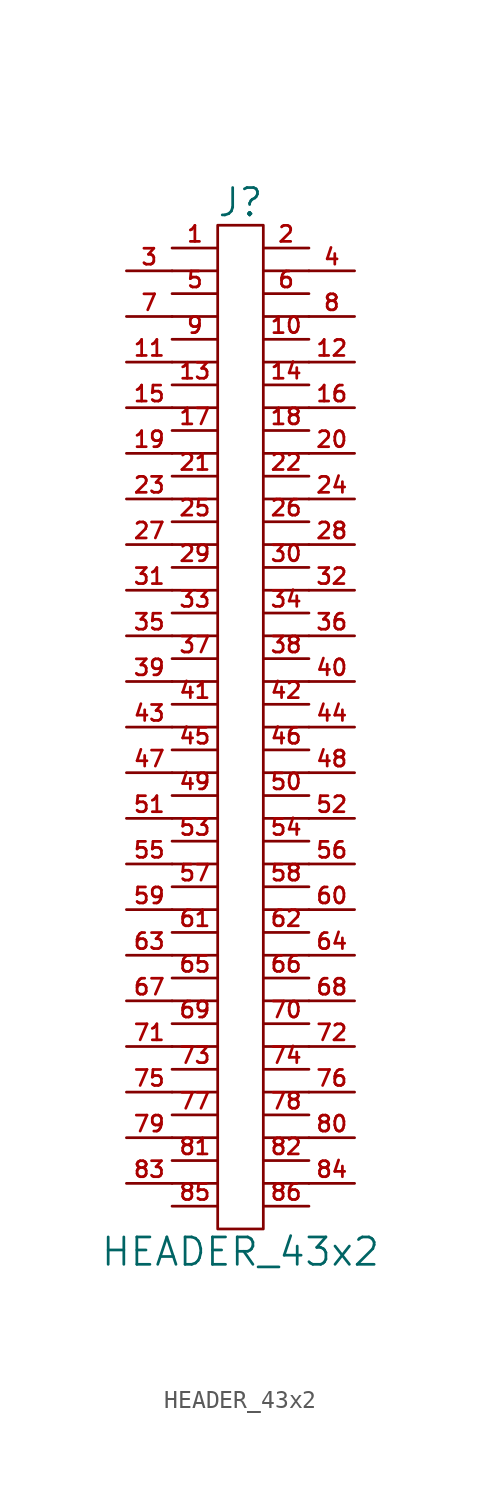
<source format=kicad_sym>
(kicad_symbol_lib
  (version 20201005)
  (generator kicad_symbol_editor)
  (symbol "HEADER_43x2"
    (pin_names
      (offset 0))
    (property "Reference" "J"
      (at 0 29.21 0)
      (effects (font (size 1.524 1.524))))
    (property "Value" "HEADER_43x2"
      (at 0 -29.21 0)
      (effects (font (size 1.524 1.524))))
    (property "Footprint" ""
      (at 0 2.54 0)
      (effects (font (size 1.524 1.524))))
    (property "Datasheet" ""
      (at 0 2.54 0)
      (effects (font (size 1.524 1.524))))
    (symbol "HEADER_43x2_0_1"
      (rectangle (start 1.27 -27.94) (end -1.27 27.94) (stroke (width 0)) (fill (type none)))
      (polyline (pts (xy -3.81 -25.4) (xy -1.27 -25.4)) (stroke (width 0)) (fill (type none)))
      (polyline (pts (xy -3.81 -22.86) (xy -1.27 -22.86)) (stroke (width 0)) (fill (type none)))
      (polyline (pts (xy -3.81 -20.32) (xy -1.27 -20.32)) (stroke (width 0)) (fill (type none)))
      (polyline (pts (xy -3.81 -17.78) (xy -1.27 -17.78)) (stroke (width 0)) (fill (type none)))
      (polyline (pts (xy -3.81 -15.24) (xy -1.27 -15.24)) (stroke (width 0)) (fill (type none)))
      (polyline (pts (xy -3.81 -12.7) (xy -1.27 -12.7)) (stroke (width 0)) (fill (type none)))
      (polyline (pts (xy -3.81 -10.16) (xy -1.27 -10.16)) (stroke (width 0)) (fill (type none)))
      (polyline (pts (xy -3.81 -7.62) (xy -1.27 -7.62)) (stroke (width 0)) (fill (type none)))
      (polyline (pts (xy -3.81 -5.08) (xy -1.27 -5.08)) (stroke (width 0)) (fill (type none)))
      (polyline (pts (xy -3.81 -2.54) (xy -1.27 -2.54)) (stroke (width 0)) (fill (type none)))
      (polyline (pts (xy -3.81 0) (xy -1.27 0)) (stroke (width 0)) (fill (type none)))
      (polyline (pts (xy -3.81 2.54) (xy -1.27 2.54)) (stroke (width 0)) (fill (type none)))
      (polyline (pts (xy -3.81 5.08) (xy -1.27 5.08)) (stroke (width 0)) (fill (type none)))
      (polyline (pts (xy -3.81 7.62) (xy -1.27 7.62)) (stroke (width 0)) (fill (type none)))
      (polyline (pts (xy -3.81 10.16) (xy -1.27 10.16)) (stroke (width 0)) (fill (type none)))
      (polyline (pts (xy -3.81 12.7) (xy -1.27 12.7)) (stroke (width 0)) (fill (type none)))
      (polyline (pts (xy -3.81 15.24) (xy -1.27 15.24)) (stroke (width 0)) (fill (type none)))
      (polyline (pts (xy -3.81 17.78) (xy -1.27 17.78)) (stroke (width 0)) (fill (type none)))
      (polyline (pts (xy -3.81 20.32) (xy -1.27 20.32)) (stroke (width 0)) (fill (type none)))
      (polyline (pts (xy -3.81 22.86) (xy -1.27 22.86)) (stroke (width 0)) (fill (type none)))
      (polyline (pts (xy -3.81 25.4) (xy -1.27 25.4)) (stroke (width 0)) (fill (type none)))
      (polyline (pts (xy 1.27 -25.4) (xy 3.81 -25.4)) (stroke (width 0)) (fill (type none)))
      (polyline (pts (xy 1.27 -22.86) (xy 3.81 -22.86)) (stroke (width 0)) (fill (type none)))
      (polyline (pts (xy 1.27 -20.32) (xy 3.81 -20.32)) (stroke (width 0)) (fill (type none)))
      (polyline (pts (xy 1.27 -17.78) (xy 3.81 -17.78)) (stroke (width 0)) (fill (type none)))
      (polyline (pts (xy 1.27 -15.24) (xy 3.81 -15.24)) (stroke (width 0)) (fill (type none)))
      (polyline (pts (xy 1.27 -12.7) (xy 3.81 -12.7)) (stroke (width 0)) (fill (type none)))
      (polyline (pts (xy 1.27 -10.16) (xy 3.81 -10.16)) (stroke (width 0)) (fill (type none)))
      (polyline (pts (xy 1.27 -7.62) (xy 3.81 -7.62)) (stroke (width 0)) (fill (type none)))
      (polyline (pts (xy 1.27 -5.08) (xy 3.81 -5.08)) (stroke (width 0)) (fill (type none)))
      (polyline (pts (xy 1.27 -2.54) (xy 3.81 -2.54)) (stroke (width 0)) (fill (type none)))
      (polyline (pts (xy 1.27 0) (xy 3.81 0)) (stroke (width 0)) (fill (type none)))
      (polyline (pts (xy 1.27 2.54) (xy 3.81 2.54)) (stroke (width 0)) (fill (type none)))
      (polyline (pts (xy 1.27 5.08) (xy 3.81 5.08)) (stroke (width 0)) (fill (type none)))
      (polyline (pts (xy 1.27 7.62) (xy 3.81 7.62)) (stroke (width 0)) (fill (type none)))
      (polyline (pts (xy 1.27 10.16) (xy 3.81 10.16)) (stroke (width 0)) (fill (type none)))
      (polyline (pts (xy 1.27 12.7) (xy 3.81 12.7)) (stroke (width 0)) (fill (type none)))
      (polyline (pts (xy 1.27 15.24) (xy 3.81 15.24)) (stroke (width 0)) (fill (type none)))
      (polyline (pts (xy 1.27 17.78) (xy 3.81 17.78)) (stroke (width 0)) (fill (type none)))
      (polyline (pts (xy 1.27 20.32) (xy 3.81 20.32)) (stroke (width 0)) (fill (type none)))
      (polyline (pts (xy 1.27 22.86) (xy 3.81 22.86)) (stroke (width 0)) (fill (type none)))
      (polyline (pts (xy 1.27 25.4) (xy 3.81 25.4)) (stroke (width 0)) (fill (type none))))
    (symbol "HEADER_43x2_1_1"
      (pin passive line (at -3.81 26.67 0) (length 2.54) (name "~" (effects (font (size 1.27 1.27)))) (number "1" (effects (font (size 0.889 0.889)))))
      (pin passive line (at 3.81 21.59 180) (length 2.54) (name "~" (effects (font (size 1.27 1.27)))) (number "10" (effects (font (size 0.889 0.889)))))
      (pin passive line (at -6.35 20.32 0) (length 2.54) (name "~" (effects (font (size 1.27 1.27)))) (number "11" (effects (font (size 0.889 0.889)))))
      (pin passive line (at 6.35 20.32 180) (length 2.54) (name "~" (effects (font (size 1.27 1.27)))) (number "12" (effects (font (size 0.889 0.889)))))
      (pin passive line (at -3.81 19.05 0) (length 2.54) (name "~" (effects (font (size 1.27 1.27)))) (number "13" (effects (font (size 0.889 0.889)))))
      (pin passive line (at 3.81 19.05 180) (length 2.54) (name "~" (effects (font (size 1.27 1.27)))) (number "14" (effects (font (size 0.889 0.889)))))
      (pin passive line (at -6.35 17.78 0) (length 2.54) (name "~" (effects (font (size 1.27 1.27)))) (number "15" (effects (font (size 0.889 0.889)))))
      (pin passive line (at 6.35 17.78 180) (length 2.54) (name "~" (effects (font (size 1.27 1.27)))) (number "16" (effects (font (size 0.889 0.889)))))
      (pin passive line (at -3.81 16.51 0) (length 2.54) (name "~" (effects (font (size 1.27 1.27)))) (number "17" (effects (font (size 0.889 0.889)))))
      (pin passive line (at 3.81 16.51 180) (length 2.54) (name "~" (effects (font (size 1.27 1.27)))) (number "18" (effects (font (size 0.889 0.889)))))
      (pin passive line (at -6.35 15.24 0) (length 2.54) (name "~" (effects (font (size 1.27 1.27)))) (number "19" (effects (font (size 0.889 0.889)))))
      (pin passive line (at 3.81 26.67 180) (length 2.54) (name "~" (effects (font (size 1.27 1.27)))) (number "2" (effects (font (size 0.889 0.889)))))
      (pin passive line (at 6.35 15.24 180) (length 2.54) (name "~" (effects (font (size 1.27 1.27)))) (number "20" (effects (font (size 0.889 0.889)))))
      (pin passive line (at -3.81 13.97 0) (length 2.54) (name "~" (effects (font (size 1.27 1.27)))) (number "21" (effects (font (size 0.889 0.889)))))
      (pin passive line (at 3.81 13.97 180) (length 2.54) (name "~" (effects (font (size 1.27 1.27)))) (number "22" (effects (font (size 0.889 0.889)))))
      (pin passive line (at -6.35 12.7 0) (length 2.54) (name "~" (effects (font (size 1.27 1.27)))) (number "23" (effects (font (size 0.889 0.889)))))
      (pin passive line (at 6.35 12.7 180) (length 2.54) (name "~" (effects (font (size 1.27 1.27)))) (number "24" (effects (font (size 0.889 0.889)))))
      (pin passive line (at -3.81 11.43 0) (length 2.54) (name "~" (effects (font (size 1.27 1.27)))) (number "25" (effects (font (size 0.889 0.889)))))
      (pin passive line (at 3.81 11.43 180) (length 2.54) (name "~" (effects (font (size 1.27 1.27)))) (number "26" (effects (font (size 0.889 0.889)))))
      (pin passive line (at -6.35 10.16 0) (length 2.54) (name "~" (effects (font (size 1.27 1.27)))) (number "27" (effects (font (size 0.889 0.889)))))
      (pin passive line (at 6.35 10.16 180) (length 2.54) (name "~" (effects (font (size 1.27 1.27)))) (number "28" (effects (font (size 0.889 0.889)))))
      (pin passive line (at -3.81 8.89 0) (length 2.54) (name "~" (effects (font (size 1.27 1.27)))) (number "29" (effects (font (size 0.889 0.889)))))
      (pin passive line (at -6.35 25.4 0) (length 2.54) (name "~" (effects (font (size 1.27 1.27)))) (number "3" (effects (font (size 0.889 0.889)))))
      (pin passive line (at 3.81 8.89 180) (length 2.54) (name "~" (effects (font (size 1.27 1.27)))) (number "30" (effects (font (size 0.889 0.889)))))
      (pin passive line (at -6.35 7.62 0) (length 2.54) (name "~" (effects (font (size 1.27 1.27)))) (number "31" (effects (font (size 0.889 0.889)))))
      (pin passive line (at 6.35 7.62 180) (length 2.54) (name "~" (effects (font (size 1.27 1.27)))) (number "32" (effects (font (size 0.889 0.889)))))
      (pin passive line (at -3.81 6.35 0) (length 2.54) (name "~" (effects (font (size 1.27 1.27)))) (number "33" (effects (font (size 0.889 0.889)))))
      (pin passive line (at 3.81 6.35 180) (length 2.54) (name "~" (effects (font (size 1.27 1.27)))) (number "34" (effects (font (size 0.889 0.889)))))
      (pin passive line (at -6.35 5.08 0) (length 2.54) (name "~" (effects (font (size 1.27 1.27)))) (number "35" (effects (font (size 0.889 0.889)))))
      (pin passive line (at 6.35 5.08 180) (length 2.54) (name "~" (effects (font (size 1.27 1.27)))) (number "36" (effects (font (size 0.889 0.889)))))
      (pin passive line (at -3.81 3.81 0) (length 2.54) (name "~" (effects (font (size 0.889 0.889)))) (number "37" (effects (font (size 0.889 0.889)))))
      (pin passive line (at 3.81 3.81 180) (length 2.54) (name "~" (effects (font (size 1.27 1.27)))) (number "38" (effects (font (size 0.889 0.889)))))
      (pin passive line (at -6.35 2.54 0) (length 2.54) (name "~" (effects (font (size 1.27 1.27)))) (number "39" (effects (font (size 0.889 0.889)))))
      (pin passive line (at 6.35 25.4 180) (length 2.54) (name "~" (effects (font (size 1.27 1.27)))) (number "4" (effects (font (size 0.889 0.889)))))
      (pin passive line (at 6.35 2.54 180) (length 2.54) (name "~" (effects (font (size 1.27 1.27)))) (number "40" (effects (font (size 0.889 0.889)))))
      (pin passive line (at -3.81 1.27 0) (length 2.54) (name "~" (effects (font (size 1.27 1.27)))) (number "41" (effects (font (size 0.889 0.889)))))
      (pin passive line (at 3.81 1.27 180) (length 2.54) (name "~" (effects (font (size 1.27 1.27)))) (number "42" (effects (font (size 0.889 0.889)))))
      (pin passive line (at -6.35 0 0) (length 2.54) (name "~" (effects (font (size 1.27 1.27)))) (number "43" (effects (font (size 0.889 0.889)))))
      (pin passive line (at 6.35 0 180) (length 2.54) (name "~" (effects (font (size 1.27 1.27)))) (number "44" (effects (font (size 0.889 0.889)))))
      (pin passive line (at -3.81 -1.27 0) (length 2.54) (name "~" (effects (font (size 1.27 1.27)))) (number "45" (effects (font (size 0.889 0.889)))))
      (pin passive line (at 3.81 -1.27 180) (length 2.54) (name "~" (effects (font (size 1.27 1.27)))) (number "46" (effects (font (size 0.889 0.889)))))
      (pin passive line (at -6.35 -2.54 0) (length 2.54) (name "~" (effects (font (size 1.27 1.27)))) (number "47" (effects (font (size 0.889 0.889)))))
      (pin passive line (at 6.35 -2.54 180) (length 2.54) (name "~" (effects (font (size 1.27 1.27)))) (number "48" (effects (font (size 0.889 0.889)))))
      (pin passive line (at -3.81 -3.81 0) (length 2.54) (name "~" (effects (font (size 1.27 1.27)))) (number "49" (effects (font (size 0.889 0.889)))))
      (pin passive line (at -3.81 24.13 0) (length 2.54) (name "~" (effects (font (size 1.27 1.27)))) (number "5" (effects (font (size 0.889 0.889)))))
      (pin passive line (at 3.81 -3.81 180) (length 2.54) (name "~" (effects (font (size 1.27 1.27)))) (number "50" (effects (font (size 0.889 0.889)))))
      (pin passive line (at -6.35 -5.08 0) (length 2.54) (name "~" (effects (font (size 1.27 1.27)))) (number "51" (effects (font (size 0.889 0.889)))))
      (pin passive line (at 6.35 -5.08 180) (length 2.54) (name "~" (effects (font (size 1.27 1.27)))) (number "52" (effects (font (size 0.889 0.889)))))
      (pin passive line (at -3.81 -6.35 0) (length 2.54) (name "~" (effects (font (size 1.27 1.27)))) (number "53" (effects (font (size 0.889 0.889)))))
      (pin passive line (at 3.81 -6.35 180) (length 2.54) (name "~" (effects (font (size 1.27 1.27)))) (number "54" (effects (font (size 0.889 0.889)))))
      (pin passive line (at -6.35 -7.62 0) (length 2.54) (name "~" (effects (font (size 1.27 1.27)))) (number "55" (effects (font (size 0.889 0.889)))))
      (pin passive line (at 6.35 -7.62 180) (length 2.54) (name "~" (effects (font (size 1.27 1.27)))) (number "56" (effects (font (size 0.889 0.889)))))
      (pin passive line (at -3.81 -8.89 0) (length 2.54) (name "~" (effects (font (size 1.27 1.27)))) (number "57" (effects (font (size 0.889 0.889)))))
      (pin passive line (at 3.81 -8.89 180) (length 2.54) (name "~" (effects (font (size 1.27 1.27)))) (number "58" (effects (font (size 0.889 0.889)))))
      (pin passive line (at -6.35 -10.16 0) (length 2.54) (name "~" (effects (font (size 1.27 1.27)))) (number "59" (effects (font (size 0.889 0.889)))))
      (pin passive line (at 3.81 24.13 180) (length 2.54) (name "~" (effects (font (size 1.27 1.27)))) (number "6" (effects (font (size 0.889 0.889)))))
      (pin passive line (at 6.35 -10.16 180) (length 2.54) (name "~" (effects (font (size 1.27 1.27)))) (number "60" (effects (font (size 0.889 0.889)))))
      (pin passive line (at -3.81 -11.43 0) (length 2.54) (name "~" (effects (font (size 1.27 1.27)))) (number "61" (effects (font (size 0.889 0.889)))))
      (pin passive line (at 3.81 -11.43 180) (length 2.54) (name "~" (effects (font (size 1.27 1.27)))) (number "62" (effects (font (size 0.889 0.889)))))
      (pin passive line (at -6.35 -12.7 0) (length 2.54) (name "~" (effects (font (size 1.27 1.27)))) (number "63" (effects (font (size 0.889 0.889)))))
      (pin passive line (at 6.35 -12.7 180) (length 2.54) (name "~" (effects (font (size 1.27 1.27)))) (number "64" (effects (font (size 0.889 0.889)))))
      (pin passive line (at -3.81 -13.97 0) (length 2.54) (name "~" (effects (font (size 1.27 1.27)))) (number "65" (effects (font (size 0.889 0.889)))))
      (pin passive line (at 3.81 -13.97 180) (length 2.54) (name "~" (effects (font (size 1.27 1.27)))) (number "66" (effects (font (size 0.889 0.889)))))
      (pin passive line (at -6.35 -15.24 0) (length 2.54) (name "~" (effects (font (size 1.27 1.27)))) (number "67" (effects (font (size 0.889 0.889)))))
      (pin passive line (at 6.35 -15.24 180) (length 2.54) (name "~" (effects (font (size 1.27 1.27)))) (number "68" (effects (font (size 0.889 0.889)))))
      (pin passive line (at -3.81 -16.51 0) (length 2.54) (name "~" (effects (font (size 1.27 1.27)))) (number "69" (effects (font (size 0.889 0.889)))))
      (pin passive line (at -6.35 22.86 0) (length 2.54) (name "~" (effects (font (size 1.27 1.27)))) (number "7" (effects (font (size 0.889 0.889)))))
      (pin passive line (at 3.81 -16.51 180) (length 2.54) (name "~" (effects (font (size 1.27 1.27)))) (number "70" (effects (font (size 0.889 0.889)))))
      (pin passive line (at -6.35 -17.78 0) (length 2.54) (name "~" (effects (font (size 1.27 1.27)))) (number "71" (effects (font (size 0.889 0.889)))))
      (pin passive line (at 6.35 -17.78 180) (length 2.54) (name "~" (effects (font (size 1.27 1.27)))) (number "72" (effects (font (size 0.889 0.889)))))
      (pin passive line (at -3.81 -19.05 0) (length 2.54) (name "~" (effects (font (size 1.27 1.27)))) (number "73" (effects (font (size 0.889 0.889)))))
      (pin passive line (at 3.81 -19.05 180) (length 2.54) (name "~" (effects (font (size 1.27 1.27)))) (number "74" (effects (font (size 0.889 0.889)))))
      (pin passive line (at -6.35 -20.32 0) (length 2.54) (name "~" (effects (font (size 1.27 1.27)))) (number "75" (effects (font (size 0.889 0.889)))))
      (pin passive line (at 6.35 -20.32 180) (length 2.54) (name "~" (effects (font (size 1.27 1.27)))) (number "76" (effects (font (size 0.889 0.889)))))
      (pin passive line (at -3.81 -21.59 0) (length 2.54) (name "~" (effects (font (size 1.27 1.27)))) (number "77" (effects (font (size 0.889 0.889)))))
      (pin passive line (at 3.81 -21.59 180) (length 2.54) (name "~" (effects (font (size 1.27 1.27)))) (number "78" (effects (font (size 0.889 0.889)))))
      (pin passive line (at -6.35 -22.86 0) (length 2.54) (name "~" (effects (font (size 1.27 1.27)))) (number "79" (effects (font (size 0.889 0.889)))))
      (pin passive line (at 6.35 22.86 180) (length 2.54) (name "~" (effects (font (size 1.27 1.27)))) (number "8" (effects (font (size 0.889 0.889)))))
      (pin passive line (at 6.35 -22.86 180) (length 2.54) (name "~" (effects (font (size 1.27 1.27)))) (number "80" (effects (font (size 0.889 0.889)))))
      (pin passive line (at -3.81 -24.13 0) (length 2.54) (name "~" (effects (font (size 1.27 1.27)))) (number "81" (effects (font (size 0.889 0.889)))))
      (pin passive line (at 3.81 -24.13 180) (length 2.54) (name "~" (effects (font (size 1.27 1.27)))) (number "82" (effects (font (size 0.889 0.889)))))
      (pin passive line (at -6.35 -25.4 0) (length 2.54) (name "~" (effects (font (size 1.27 1.27)))) (number "83" (effects (font (size 0.889 0.889)))))
      (pin passive line (at 6.35 -25.4 180) (length 2.54) (name "~" (effects (font (size 1.27 1.27)))) (number "84" (effects (font (size 0.889 0.889)))))
      (pin passive line (at -3.81 -26.67 0) (length 2.54) (name "~" (effects (font (size 1.27 1.27)))) (number "85" (effects (font (size 0.889 0.889)))))
      (pin passive line (at 3.81 -26.67 180) (length 2.54) (name "~" (effects (font (size 1.27 1.27)))) (number "86" (effects (font (size 0.889 0.889)))))
      (pin passive line (at -3.81 21.59 0) (length 2.54) (name "~" (effects (font (size 1.27 1.27)))) (number "9" (effects (font (size 0.889 0.889))))))))
</source>
